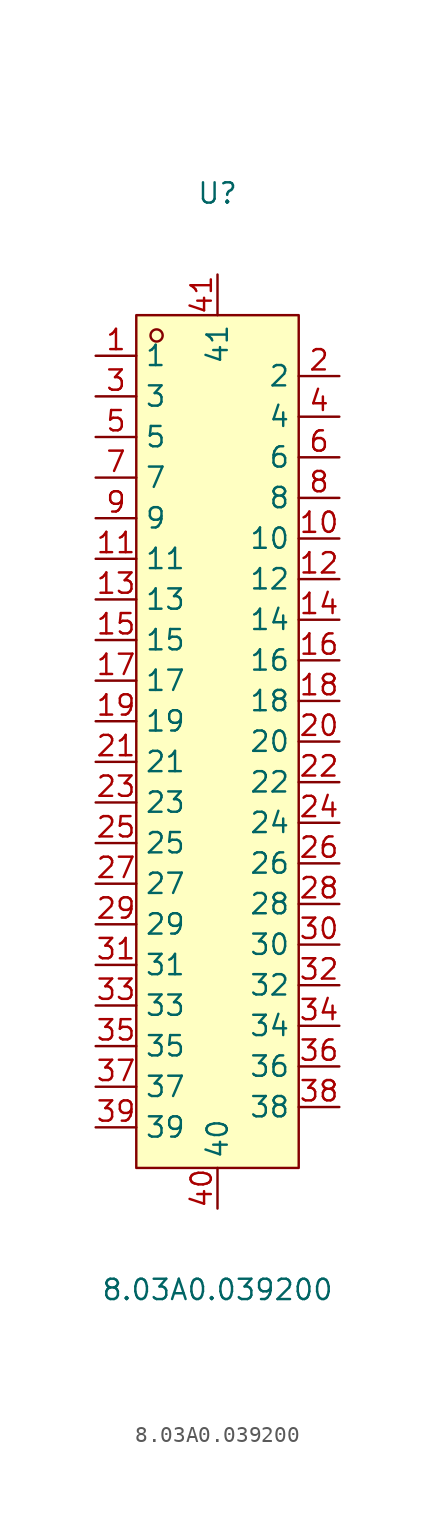
<source format=kicad_sym>
(kicad_symbol_lib
  (version 20211014)
  (generator https://github.com/uPesy/easyeda2kicad.py)
  (symbol "8.03A0.039200"
    (property "Reference" "U"
      (at 0 34.29 0)
      (effects (font (size 1.27 1.27))))
    (property "Value" "8.03A0.039200"
      (at 0 -34.29 0)
      (effects (font (size 1.27 1.27))))
    (symbol "8.03A0.039200_0_1"
      (rectangle (start -5.08 26.67) (end 5.08 -26.67) (stroke (width 0) (type default) (color 0 0 0 0)) (fill (type background)))
      (circle (center -3.81 25.40) (radius 0.38) (stroke (width 0) (type default) (color 0 0 0 0)) (fill (type none)))
      (pin unspecified line (at -7.62 24.13 0) (length 2.54) (name "1" (effects (font (size 1.27 1.27)))) (number "1" (effects (font (size 1.27 1.27)))))
      (pin unspecified line (at 7.62 -22.86 180) (length 2.54) (name "38" (effects (font (size 1.27 1.27)))) (number "38" (effects (font (size 1.27 1.27)))))
      (pin unspecified line (at -7.62 21.59 0) (length 2.54) (name "3" (effects (font (size 1.27 1.27)))) (number "3" (effects (font (size 1.27 1.27)))))
      (pin unspecified line (at 7.62 -20.32 180) (length 2.54) (name "36" (effects (font (size 1.27 1.27)))) (number "36" (effects (font (size 1.27 1.27)))))
      (pin unspecified line (at -7.62 19.05 0) (length 2.54) (name "5" (effects (font (size 1.27 1.27)))) (number "5" (effects (font (size 1.27 1.27)))))
      (pin unspecified line (at 7.62 -17.78 180) (length 2.54) (name "34" (effects (font (size 1.27 1.27)))) (number "34" (effects (font (size 1.27 1.27)))))
      (pin unspecified line (at -7.62 16.51 0) (length 2.54) (name "7" (effects (font (size 1.27 1.27)))) (number "7" (effects (font (size 1.27 1.27)))))
      (pin unspecified line (at 7.62 -15.24 180) (length 2.54) (name "32" (effects (font (size 1.27 1.27)))) (number "32" (effects (font (size 1.27 1.27)))))
      (pin unspecified line (at -7.62 13.97 0) (length 2.54) (name "9" (effects (font (size 1.27 1.27)))) (number "9" (effects (font (size 1.27 1.27)))))
      (pin unspecified line (at 7.62 -12.70 180) (length 2.54) (name "30" (effects (font (size 1.27 1.27)))) (number "30" (effects (font (size 1.27 1.27)))))
      (pin unspecified line (at -7.62 11.43 0) (length 2.54) (name "11" (effects (font (size 1.27 1.27)))) (number "11" (effects (font (size 1.27 1.27)))))
      (pin unspecified line (at 7.62 -10.16 180) (length 2.54) (name "28" (effects (font (size 1.27 1.27)))) (number "28" (effects (font (size 1.27 1.27)))))
      (pin unspecified line (at -7.62 8.89 0) (length 2.54) (name "13" (effects (font (size 1.27 1.27)))) (number "13" (effects (font (size 1.27 1.27)))))
      (pin unspecified line (at 7.62 -7.62 180) (length 2.54) (name "26" (effects (font (size 1.27 1.27)))) (number "26" (effects (font (size 1.27 1.27)))))
      (pin unspecified line (at -7.62 6.35 0) (length 2.54) (name "15" (effects (font (size 1.27 1.27)))) (number "15" (effects (font (size 1.27 1.27)))))
      (pin unspecified line (at 7.62 -5.08 180) (length 2.54) (name "24" (effects (font (size 1.27 1.27)))) (number "24" (effects (font (size 1.27 1.27)))))
      (pin unspecified line (at -7.62 3.81 0) (length 2.54) (name "17" (effects (font (size 1.27 1.27)))) (number "17" (effects (font (size 1.27 1.27)))))
      (pin unspecified line (at 7.62 -2.54 180) (length 2.54) (name "22" (effects (font (size 1.27 1.27)))) (number "22" (effects (font (size 1.27 1.27)))))
      (pin unspecified line (at -7.62 1.27 0) (length 2.54) (name "19" (effects (font (size 1.27 1.27)))) (number "19" (effects (font (size 1.27 1.27)))))
      (pin unspecified line (at 7.62 -0.00 180) (length 2.54) (name "20" (effects (font (size 1.27 1.27)))) (number "20" (effects (font (size 1.27 1.27)))))
      (pin unspecified line (at -7.62 -1.27 0) (length 2.54) (name "21" (effects (font (size 1.27 1.27)))) (number "21" (effects (font (size 1.27 1.27)))))
      (pin unspecified line (at 7.62 2.54 180) (length 2.54) (name "18" (effects (font (size 1.27 1.27)))) (number "18" (effects (font (size 1.27 1.27)))))
      (pin unspecified line (at -7.62 -3.81 0) (length 2.54) (name "23" (effects (font (size 1.27 1.27)))) (number "23" (effects (font (size 1.27 1.27)))))
      (pin unspecified line (at 7.62 5.08 180) (length 2.54) (name "16" (effects (font (size 1.27 1.27)))) (number "16" (effects (font (size 1.27 1.27)))))
      (pin unspecified line (at -7.62 -6.35 0) (length 2.54) (name "25" (effects (font (size 1.27 1.27)))) (number "25" (effects (font (size 1.27 1.27)))))
      (pin unspecified line (at 7.62 7.62 180) (length 2.54) (name "14" (effects (font (size 1.27 1.27)))) (number "14" (effects (font (size 1.27 1.27)))))
      (pin unspecified line (at -7.62 -8.89 0) (length 2.54) (name "27" (effects (font (size 1.27 1.27)))) (number "27" (effects (font (size 1.27 1.27)))))
      (pin unspecified line (at 7.62 10.16 180) (length 2.54) (name "12" (effects (font (size 1.27 1.27)))) (number "12" (effects (font (size 1.27 1.27)))))
      (pin unspecified line (at -7.62 -11.43 0) (length 2.54) (name "29" (effects (font (size 1.27 1.27)))) (number "29" (effects (font (size 1.27 1.27)))))
      (pin unspecified line (at 7.62 12.70 180) (length 2.54) (name "10" (effects (font (size 1.27 1.27)))) (number "10" (effects (font (size 1.27 1.27)))))
      (pin unspecified line (at -7.62 -13.97 0) (length 2.54) (name "31" (effects (font (size 1.27 1.27)))) (number "31" (effects (font (size 1.27 1.27)))))
      (pin unspecified line (at 7.62 15.24 180) (length 2.54) (name "8" (effects (font (size 1.27 1.27)))) (number "8" (effects (font (size 1.27 1.27)))))
      (pin unspecified line (at -7.62 -16.51 0) (length 2.54) (name "33" (effects (font (size 1.27 1.27)))) (number "33" (effects (font (size 1.27 1.27)))))
      (pin unspecified line (at 7.62 17.78 180) (length 2.54) (name "6" (effects (font (size 1.27 1.27)))) (number "6" (effects (font (size 1.27 1.27)))))
      (pin unspecified line (at -7.62 -19.05 0) (length 2.54) (name "35" (effects (font (size 1.27 1.27)))) (number "35" (effects (font (size 1.27 1.27)))))
      (pin unspecified line (at 7.62 20.32 180) (length 2.54) (name "4" (effects (font (size 1.27 1.27)))) (number "4" (effects (font (size 1.27 1.27)))))
      (pin unspecified line (at -7.62 -21.59 0) (length 2.54) (name "37" (effects (font (size 1.27 1.27)))) (number "37" (effects (font (size 1.27 1.27)))))
      (pin unspecified line (at 7.62 22.86 180) (length 2.54) (name "2" (effects (font (size 1.27 1.27)))) (number "2" (effects (font (size 1.27 1.27)))))
      (pin unspecified line (at -7.62 -24.13 0) (length 2.54) (name "39" (effects (font (size 1.27 1.27)))) (number "39" (effects (font (size 1.27 1.27)))))
      (pin unspecified line (at 0.00 -29.21 90) (length 2.54) (name "40" (effects (font (size 1.27 1.27)))) (number "40" (effects (font (size 1.27 1.27)))))
      (pin unspecified line (at 0.00 29.21 270) (length 2.54) (name "41" (effects (font (size 1.27 1.27)))) (number "41" (effects (font (size 1.27 1.27))))))))
</source>
